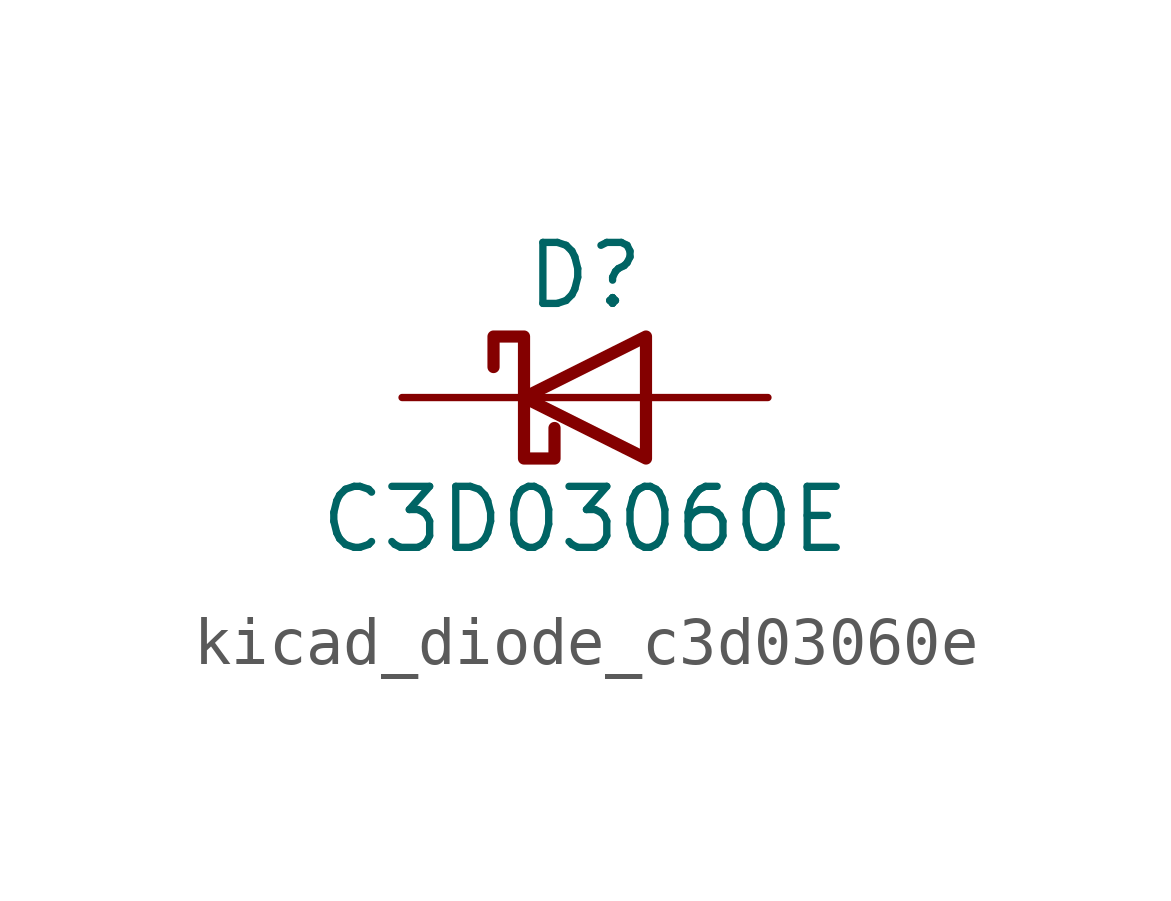
<source format=kicad_sym>
(kicad_symbol_lib
  (version 20220914)
  (generator kicad_symbol_editor)
  (symbol "kicad_diode_c3d03060e"
    (pin_numbers hide)
    (pin_names
      (offset 1.016) hide)
    (property "Reference" "D"
      (at 0 2.54 0)
      (effects (font (size 1.27 1.27))))
    (property "Value" "C3D03060E"
      (at 0 -2.54 0)
      (effects (font (size 1.27 1.27))))
    (symbol "kicad_diode_c3d03060e_0_1"
      (polyline (pts (xy 1.27 0) (xy -1.27 0)) (stroke (width 0) (type default)) (fill (type none)))
      (polyline (pts (xy 1.27 1.27) (xy 1.27 -1.27) (xy -1.27 0) (xy 1.27 1.27)) (stroke (width 0.254) (type default)) (fill (type none)))
      (polyline (pts (xy -1.905 0.635) (xy -1.905 1.27) (xy -1.27 1.27) (xy -1.27 -1.27) (xy -0.635 -1.27) (xy -0.635 -0.635)) (stroke (width 0.254) (type default)) (fill (type none))))
    (symbol "kicad_diode_c3d03060e_1_1"
      (pin passive line (at -3.81 0 0) (length 2.54) (name "K" (effects (font (size 1.27 1.27)))) (number "1" (effects (font (size 1.27 1.27)))))
      (pin passive line (at 3.81 0 180) (length 2.54) (name "A" (effects (font (size 1.27 1.27)))) (number "2" (effects (font (size 1.27 1.27))))))))
</source>
